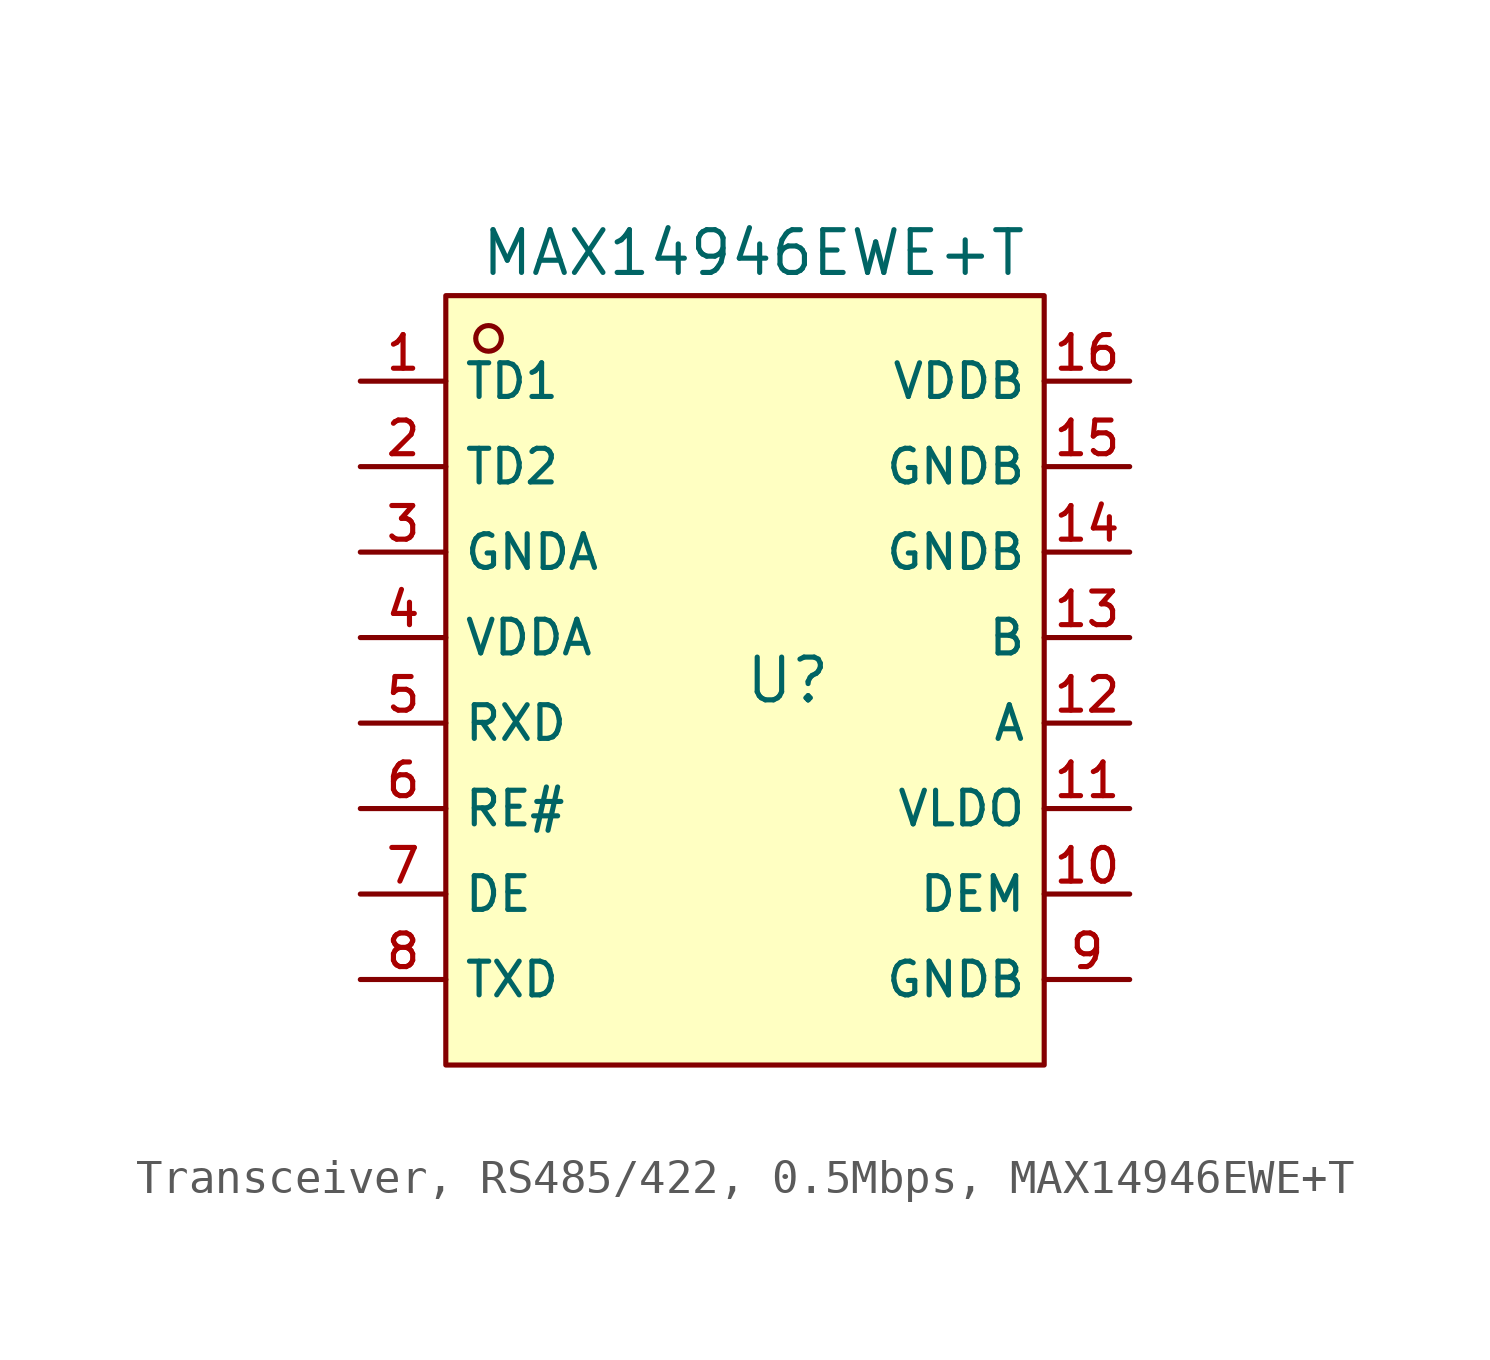
<source format=kicad_sym>
(kicad_symbol_lib
  (version 20231120)
  (generator "CDFER_Archive_Tool")
  (generator_version "0.0")
  (symbol "Transceiver, RS485/422, 0.5Mbps, MAX14946EWE+T"
    (property "Reference" "U"
      (at 0 1.27 0)
      (effects (font (size 1.27 1.27))))
    (property "Value" "MAX14946EWE+T"
      (at -1.016 13.97 0)
      (effects (font (size 1.27 1.27))))
    (symbol "Transceiver, RS485/422, 0.5Mbps, MAX14946EWE+T_0_1"
      (rectangle (start -10.16 12.7) (end 7.62 -10.16) (stroke (width 0) (type default)) (fill (type background)))
      (circle (center -8.89 11.43) (radius 0.381) (stroke (width 0) (type default)) (fill (type background)))
      (pin unspecified line (at -12.7 10.16 0) (length 2.54) (name "TD1" (effects (font (size 1 1)))) (number "1" (effects (font (size 1 1)))))
      (pin unspecified line (at 10.16 -5.08 180) (length 2.54) (name "DEM" (effects (font (size 1 1)))) (number "10" (effects (font (size 1 1)))))
      (pin unspecified line (at 10.16 -2.54 180) (length 2.54) (name "VLDO" (effects (font (size 1 1)))) (number "11" (effects (font (size 1 1)))))
      (pin unspecified line (at 10.16 0 180) (length 2.54) (name "A" (effects (font (size 1 1)))) (number "12" (effects (font (size 1 1)))))
      (pin unspecified line (at 10.16 2.54 180) (length 2.54) (name "B" (effects (font (size 1 1)))) (number "13" (effects (font (size 1 1)))))
      (pin unspecified line (at 10.16 5.08 180) (length 2.54) (name "GNDB" (effects (font (size 1 1)))) (number "14" (effects (font (size 1 1)))))
      (pin unspecified line (at 10.16 7.62 180) (length 2.54) (name "GNDB" (effects (font (size 1 1)))) (number "15" (effects (font (size 1 1)))))
      (pin unspecified line (at 10.16 10.16 180) (length 2.54) (name "VDDB" (effects (font (size 1 1)))) (number "16" (effects (font (size 1 1)))))
      (pin unspecified line (at -12.7 7.62 0) (length 2.54) (name "TD2" (effects (font (size 1 1)))) (number "2" (effects (font (size 1 1)))))
      (pin unspecified line (at -12.7 5.08 0) (length 2.54) (name "GNDA" (effects (font (size 1 1)))) (number "3" (effects (font (size 1 1)))))
      (pin unspecified line (at -12.7 2.54 0) (length 2.54) (name "VDDA" (effects (font (size 1 1)))) (number "4" (effects (font (size 1 1)))))
      (pin unspecified line (at -12.7 0 0) (length 2.54) (name "RXD" (effects (font (size 1 1)))) (number "5" (effects (font (size 1 1)))))
      (pin unspecified line (at -12.7 -2.54 0) (length 2.54) (name "RE#" (effects (font (size 1 1)))) (number "6" (effects (font (size 1 1)))))
      (pin unspecified line (at -12.7 -5.08 0) (length 2.54) (name "DE" (effects (font (size 1 1)))) (number "7" (effects (font (size 1 1)))))
      (pin unspecified line (at -12.7 -7.62 0) (length 2.54) (name "TXD" (effects (font (size 1 1)))) (number "8" (effects (font (size 1 1)))))
      (pin unspecified line (at 10.16 -7.62 180) (length 2.54) (name "GNDB" (effects (font (size 1 1)))) (number "9" (effects (font (size 1 1))))))))
</source>
